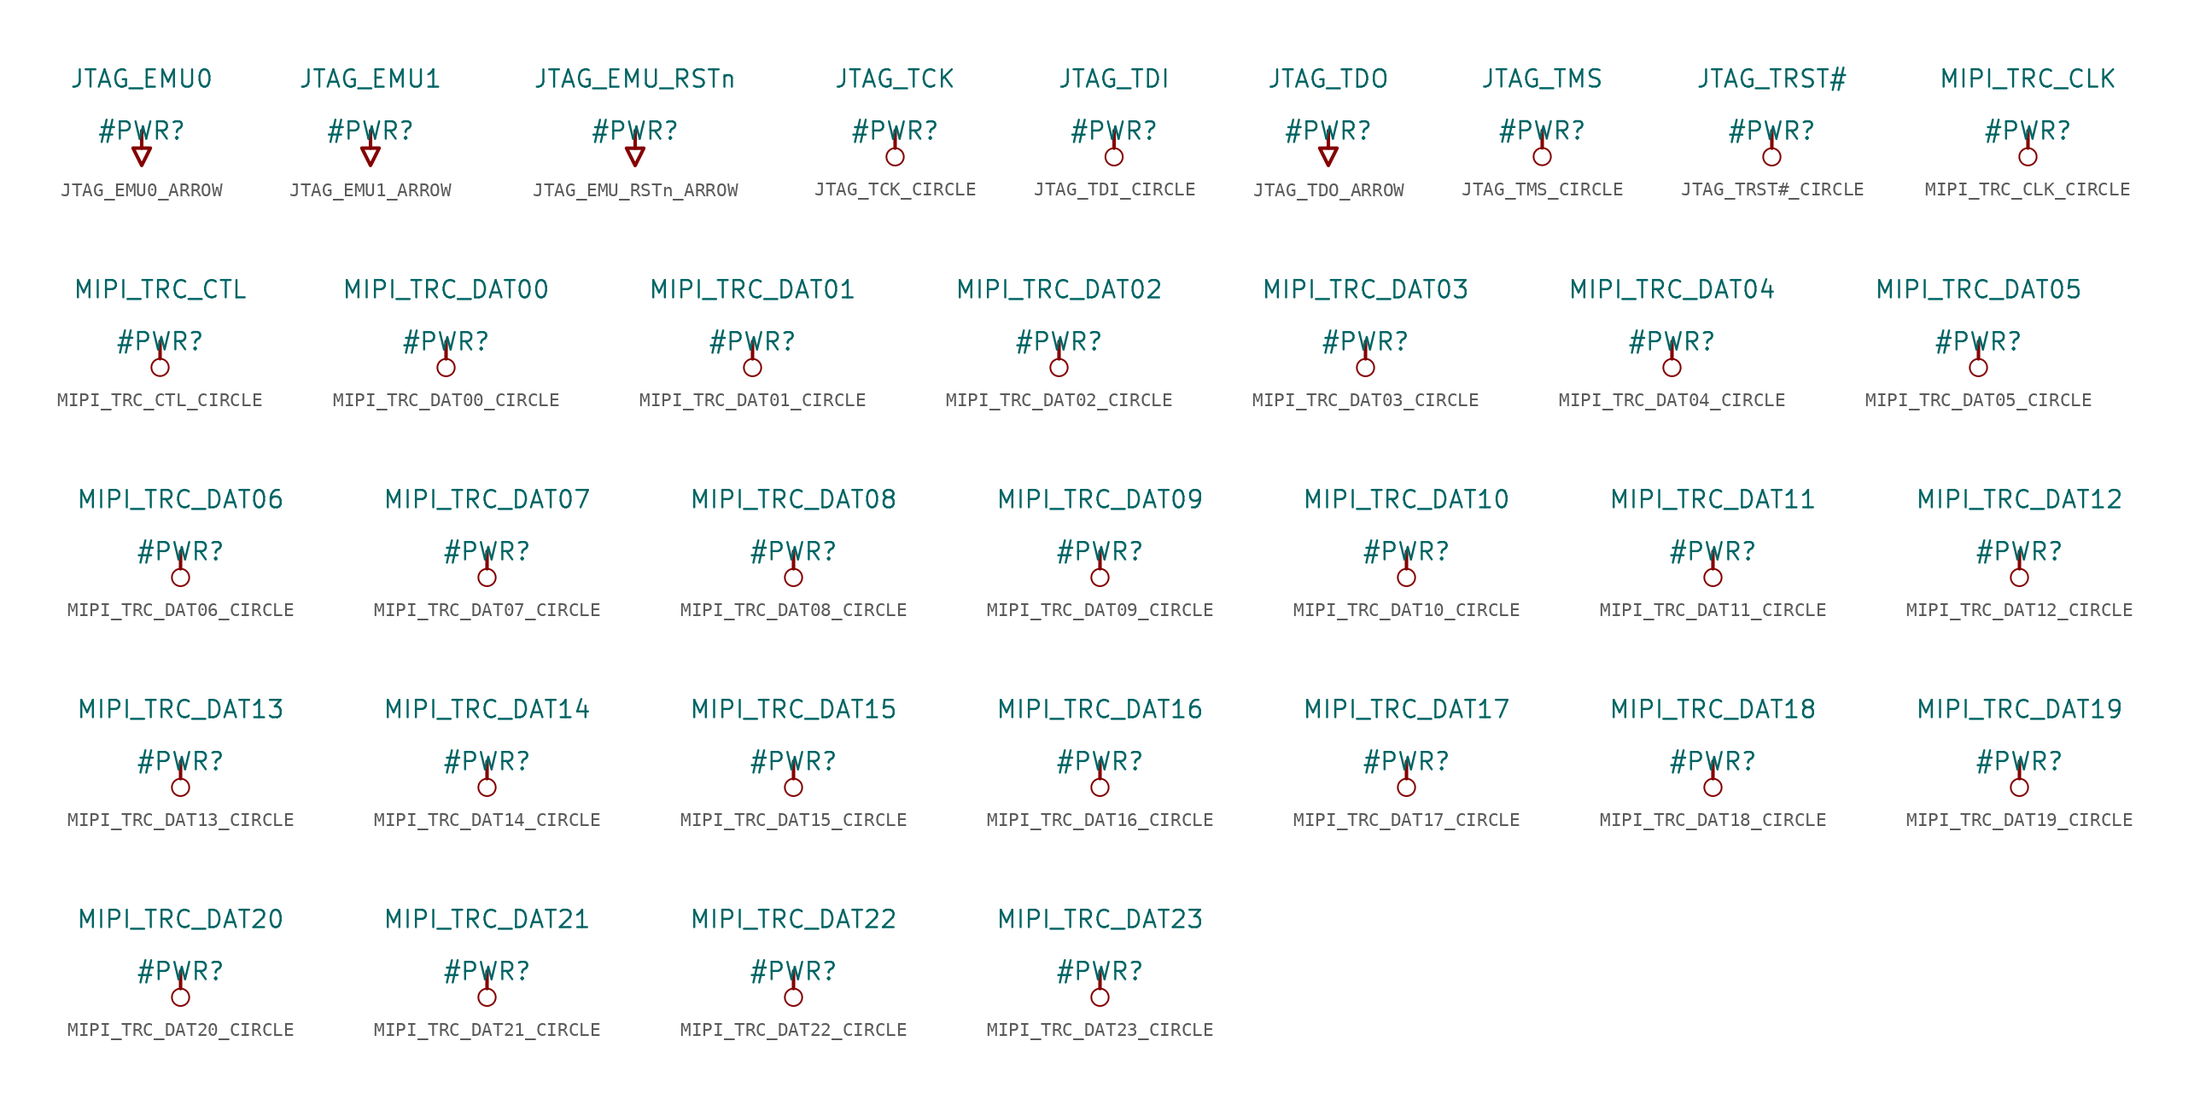
<source format=kicad_sym>
(kicad_symbol_lib
  (version 20231120)
  (generator "kicad_symbol_editor")
  (generator_version "8.0")
  (symbol "JTAG_EMU0_ARROW"
    (power)
    (property "Reference" "#PWR"
      (at 0 0 0)
      (effects (font (size 1.27 1.27))))
    (property "Value" "JTAG_EMU0"
      (at 0 3.81 0)
      (effects (font (size 1.27 1.27))))
    (symbol "JTAG_EMU0_ARROW_0_0"
      (polyline (pts (xy 0 0) (xy 0 -1.27)) (stroke (width 0.254) (type solid)) (fill (type none)))
      (polyline (pts (xy -0.635 -1.27) (xy 0.635 -1.27) (xy 0 -2.54) (xy -0.635 -1.27)) (stroke (width 0.254) (type solid)) (fill (type none)))
      (pin power_in line (at 0 0 0) (length 0) hide (name "JTAG_EMU0" (effects (font (size 1.27 1.27)))) (number "" (effects (font (size 1.27 1.27)))))))
  (symbol "JTAG_EMU1_ARROW"
    (power)
    (property "Reference" "#PWR"
      (at 0 0 0)
      (effects (font (size 1.27 1.27))))
    (property "Value" "JTAG_EMU1"
      (at 0 3.81 0)
      (effects (font (size 1.27 1.27))))
    (symbol "JTAG_EMU1_ARROW_0_0"
      (polyline (pts (xy 0 0) (xy 0 -1.27)) (stroke (width 0.254) (type solid)) (fill (type none)))
      (polyline (pts (xy -0.635 -1.27) (xy 0.635 -1.27) (xy 0 -2.54) (xy -0.635 -1.27)) (stroke (width 0.254) (type solid)) (fill (type none)))
      (pin power_in line (at 0 0 0) (length 0) hide (name "JTAG_EMU1" (effects (font (size 1.27 1.27)))) (number "" (effects (font (size 1.27 1.27)))))))
  (symbol "JTAG_EMU_RSTn_ARROW"
    (power)
    (property "Reference" "#PWR"
      (at 0 0 0)
      (effects (font (size 1.27 1.27))))
    (property "Value" "JTAG_EMU_RSTn"
      (at 0 3.81 0)
      (effects (font (size 1.27 1.27))))
    (symbol "JTAG_EMU_RSTn_ARROW_0_0"
      (polyline (pts (xy 0 0) (xy 0 -1.27)) (stroke (width 0.254) (type solid)) (fill (type none)))
      (polyline (pts (xy -0.635 -1.27) (xy 0.635 -1.27) (xy 0 -2.54) (xy -0.635 -1.27)) (stroke (width 0.254) (type solid)) (fill (type none)))
      (pin power_in line (at 0 0 0) (length 0) hide (name "JTAG_EMU_RSTn" (effects (font (size 1.27 1.27)))) (number "" (effects (font (size 1.27 1.27)))))))
  (symbol "JTAG_TCK_CIRCLE"
    (power)
    (property "Reference" "#PWR"
      (at 0 0 0)
      (effects (font (size 1.27 1.27))))
    (property "Value" "JTAG_TCK"
      (at 0 3.81 0)
      (effects (font (size 1.27 1.27))))
    (symbol "JTAG_TCK_CIRCLE_0_0"
      (circle (center 0 -1.905) (radius 0.635) (stroke (width 0.127) (type solid)) (fill (type none)))
      (polyline (pts (xy 0 0) (xy 0 -1.27)) (stroke (width 0.254) (type solid)) (fill (type none)))
      (pin power_in line (at 0 0 0) (length 0) hide (name "JTAG_TCK" (effects (font (size 1.27 1.27)))) (number "" (effects (font (size 1.27 1.27)))))))
  (symbol "JTAG_TDI_CIRCLE"
    (power)
    (property "Reference" "#PWR"
      (at 0 0 0)
      (effects (font (size 1.27 1.27))))
    (property "Value" "JTAG_TDI"
      (at 0 3.81 0)
      (effects (font (size 1.27 1.27))))
    (symbol "JTAG_TDI_CIRCLE_0_0"
      (circle (center 0 -1.905) (radius 0.635) (stroke (width 0.127) (type solid)) (fill (type none)))
      (polyline (pts (xy 0 0) (xy 0 -1.27)) (stroke (width 0.254) (type solid)) (fill (type none)))
      (pin power_in line (at 0 0 0) (length 0) hide (name "JTAG_TDI" (effects (font (size 1.27 1.27)))) (number "" (effects (font (size 1.27 1.27)))))))
  (symbol "JTAG_TDO_ARROW"
    (power)
    (property "Reference" "#PWR"
      (at 0 0 0)
      (effects (font (size 1.27 1.27))))
    (property "Value" "JTAG_TDO"
      (at 0 3.81 0)
      (effects (font (size 1.27 1.27))))
    (symbol "JTAG_TDO_ARROW_0_0"
      (polyline (pts (xy 0 0) (xy 0 -1.27)) (stroke (width 0.254) (type solid)) (fill (type none)))
      (polyline (pts (xy -0.635 -1.27) (xy 0.635 -1.27) (xy 0 -2.54) (xy -0.635 -1.27)) (stroke (width 0.254) (type solid)) (fill (type none)))
      (pin power_in line (at 0 0 0) (length 0) hide (name "JTAG_TDO" (effects (font (size 1.27 1.27)))) (number "" (effects (font (size 1.27 1.27)))))))
  (symbol "JTAG_TMS_CIRCLE"
    (power)
    (property "Reference" "#PWR"
      (at 0 0 0)
      (effects (font (size 1.27 1.27))))
    (property "Value" "JTAG_TMS"
      (at 0 3.81 0)
      (effects (font (size 1.27 1.27))))
    (symbol "JTAG_TMS_CIRCLE_0_0"
      (circle (center 0 -1.905) (radius 0.635) (stroke (width 0.127) (type solid)) (fill (type none)))
      (polyline (pts (xy 0 0) (xy 0 -1.27)) (stroke (width 0.254) (type solid)) (fill (type none)))
      (pin power_in line (at 0 0 0) (length 0) hide (name "JTAG_TMS" (effects (font (size 1.27 1.27)))) (number "" (effects (font (size 1.27 1.27)))))))
  (symbol "JTAG_TRST#_CIRCLE"
    (power)
    (property "Reference" "#PWR"
      (at 0 0 0)
      (effects (font (size 1.27 1.27))))
    (property "Value" "JTAG_TRST#"
      (at 0 3.81 0)
      (effects (font (size 1.27 1.27))))
    (symbol "JTAG_TRST#_CIRCLE_0_0"
      (circle (center 0 -1.905) (radius 0.635) (stroke (width 0.127) (type solid)) (fill (type none)))
      (polyline (pts (xy 0 0) (xy 0 -1.27)) (stroke (width 0.254) (type solid)) (fill (type none)))
      (pin power_in line (at 0 0 0) (length 0) hide (name "JTAG_TRST#" (effects (font (size 1.27 1.27)))) (number "" (effects (font (size 1.27 1.27)))))))
  (symbol "MIPI_TRC_CLK_CIRCLE"
    (power)
    (property "Reference" "#PWR"
      (at 0 0 0)
      (effects (font (size 1.27 1.27))))
    (property "Value" "MIPI_TRC_CLK"
      (at 0 3.81 0)
      (effects (font (size 1.27 1.27))))
    (symbol "MIPI_TRC_CLK_CIRCLE_0_0"
      (circle (center 0 -1.905) (radius 0.635) (stroke (width 0.127) (type solid)) (fill (type none)))
      (polyline (pts (xy 0 0) (xy 0 -1.27)) (stroke (width 0.254) (type solid)) (fill (type none)))
      (pin power_in line (at 0 0 0) (length 0) hide (name "MIPI_TRC_CLK" (effects (font (size 1.27 1.27)))) (number "" (effects (font (size 1.27 1.27)))))))
  (symbol "MIPI_TRC_CTL_CIRCLE"
    (power)
    (property "Reference" "#PWR"
      (at 0 0 0)
      (effects (font (size 1.27 1.27))))
    (property "Value" "MIPI_TRC_CTL"
      (at 0 3.81 0)
      (effects (font (size 1.27 1.27))))
    (symbol "MIPI_TRC_CTL_CIRCLE_0_0"
      (circle (center 0 -1.905) (radius 0.635) (stroke (width 0.127) (type solid)) (fill (type none)))
      (polyline (pts (xy 0 0) (xy 0 -1.27)) (stroke (width 0.254) (type solid)) (fill (type none)))
      (pin power_in line (at 0 0 0) (length 0) hide (name "MIPI_TRC_CTL" (effects (font (size 1.27 1.27)))) (number "" (effects (font (size 1.27 1.27)))))))
  (symbol "MIPI_TRC_DAT00_CIRCLE"
    (power)
    (property "Reference" "#PWR"
      (at 0 0 0)
      (effects (font (size 1.27 1.27))))
    (property "Value" "MIPI_TRC_DAT00"
      (at 0 3.81 0)
      (effects (font (size 1.27 1.27))))
    (symbol "MIPI_TRC_DAT00_CIRCLE_0_0"
      (circle (center 0 -1.905) (radius 0.635) (stroke (width 0.127) (type solid)) (fill (type none)))
      (polyline (pts (xy 0 0) (xy 0 -1.27)) (stroke (width 0.254) (type solid)) (fill (type none)))
      (pin power_in line (at 0 0 0) (length 0) hide (name "MIPI_TRC_DAT00" (effects (font (size 1.27 1.27)))) (number "" (effects (font (size 1.27 1.27)))))))
  (symbol "MIPI_TRC_DAT01_CIRCLE"
    (power)
    (property "Reference" "#PWR"
      (at 0 0 0)
      (effects (font (size 1.27 1.27))))
    (property "Value" "MIPI_TRC_DAT01"
      (at 0 3.81 0)
      (effects (font (size 1.27 1.27))))
    (symbol "MIPI_TRC_DAT01_CIRCLE_0_0"
      (circle (center 0 -1.905) (radius 0.635) (stroke (width 0.127) (type solid)) (fill (type none)))
      (polyline (pts (xy 0 0) (xy 0 -1.27)) (stroke (width 0.254) (type solid)) (fill (type none)))
      (pin power_in line (at 0 0 0) (length 0) hide (name "MIPI_TRC_DAT01" (effects (font (size 1.27 1.27)))) (number "" (effects (font (size 1.27 1.27)))))))
  (symbol "MIPI_TRC_DAT02_CIRCLE"
    (power)
    (property "Reference" "#PWR"
      (at 0 0 0)
      (effects (font (size 1.27 1.27))))
    (property "Value" "MIPI_TRC_DAT02"
      (at 0 3.81 0)
      (effects (font (size 1.27 1.27))))
    (symbol "MIPI_TRC_DAT02_CIRCLE_0_0"
      (circle (center 0 -1.905) (radius 0.635) (stroke (width 0.127) (type solid)) (fill (type none)))
      (polyline (pts (xy 0 0) (xy 0 -1.27)) (stroke (width 0.254) (type solid)) (fill (type none)))
      (pin power_in line (at 0 0 0) (length 0) hide (name "MIPI_TRC_DAT02" (effects (font (size 1.27 1.27)))) (number "" (effects (font (size 1.27 1.27)))))))
  (symbol "MIPI_TRC_DAT03_CIRCLE"
    (power)
    (property "Reference" "#PWR"
      (at 0 0 0)
      (effects (font (size 1.27 1.27))))
    (property "Value" "MIPI_TRC_DAT03"
      (at 0 3.81 0)
      (effects (font (size 1.27 1.27))))
    (symbol "MIPI_TRC_DAT03_CIRCLE_0_0"
      (circle (center 0 -1.905) (radius 0.635) (stroke (width 0.127) (type solid)) (fill (type none)))
      (polyline (pts (xy 0 0) (xy 0 -1.27)) (stroke (width 0.254) (type solid)) (fill (type none)))
      (pin power_in line (at 0 0 0) (length 0) hide (name "MIPI_TRC_DAT03" (effects (font (size 1.27 1.27)))) (number "" (effects (font (size 1.27 1.27)))))))
  (symbol "MIPI_TRC_DAT04_CIRCLE"
    (power)
    (property "Reference" "#PWR"
      (at 0 0 0)
      (effects (font (size 1.27 1.27))))
    (property "Value" "MIPI_TRC_DAT04"
      (at 0 3.81 0)
      (effects (font (size 1.27 1.27))))
    (symbol "MIPI_TRC_DAT04_CIRCLE_0_0"
      (circle (center 0 -1.905) (radius 0.635) (stroke (width 0.127) (type solid)) (fill (type none)))
      (polyline (pts (xy 0 0) (xy 0 -1.27)) (stroke (width 0.254) (type solid)) (fill (type none)))
      (pin power_in line (at 0 0 0) (length 0) hide (name "MIPI_TRC_DAT04" (effects (font (size 1.27 1.27)))) (number "" (effects (font (size 1.27 1.27)))))))
  (symbol "MIPI_TRC_DAT05_CIRCLE"
    (power)
    (property "Reference" "#PWR"
      (at 0 0 0)
      (effects (font (size 1.27 1.27))))
    (property "Value" "MIPI_TRC_DAT05"
      (at 0 3.81 0)
      (effects (font (size 1.27 1.27))))
    (symbol "MIPI_TRC_DAT05_CIRCLE_0_0"
      (circle (center 0 -1.905) (radius 0.635) (stroke (width 0.127) (type solid)) (fill (type none)))
      (polyline (pts (xy 0 0) (xy 0 -1.27)) (stroke (width 0.254) (type solid)) (fill (type none)))
      (pin power_in line (at 0 0 0) (length 0) hide (name "MIPI_TRC_DAT05" (effects (font (size 1.27 1.27)))) (number "" (effects (font (size 1.27 1.27)))))))
  (symbol "MIPI_TRC_DAT06_CIRCLE"
    (power)
    (property "Reference" "#PWR"
      (at 0 0 0)
      (effects (font (size 1.27 1.27))))
    (property "Value" "MIPI_TRC_DAT06"
      (at 0 3.81 0)
      (effects (font (size 1.27 1.27))))
    (symbol "MIPI_TRC_DAT06_CIRCLE_0_0"
      (circle (center 0 -1.905) (radius 0.635) (stroke (width 0.127) (type solid)) (fill (type none)))
      (polyline (pts (xy 0 0) (xy 0 -1.27)) (stroke (width 0.254) (type solid)) (fill (type none)))
      (pin power_in line (at 0 0 0) (length 0) hide (name "MIPI_TRC_DAT06" (effects (font (size 1.27 1.27)))) (number "" (effects (font (size 1.27 1.27)))))))
  (symbol "MIPI_TRC_DAT07_CIRCLE"
    (power)
    (property "Reference" "#PWR"
      (at 0 0 0)
      (effects (font (size 1.27 1.27))))
    (property "Value" "MIPI_TRC_DAT07"
      (at 0 3.81 0)
      (effects (font (size 1.27 1.27))))
    (symbol "MIPI_TRC_DAT07_CIRCLE_0_0"
      (circle (center 0 -1.905) (radius 0.635) (stroke (width 0.127) (type solid)) (fill (type none)))
      (polyline (pts (xy 0 0) (xy 0 -1.27)) (stroke (width 0.254) (type solid)) (fill (type none)))
      (pin power_in line (at 0 0 0) (length 0) hide (name "MIPI_TRC_DAT07" (effects (font (size 1.27 1.27)))) (number "" (effects (font (size 1.27 1.27)))))))
  (symbol "MIPI_TRC_DAT08_CIRCLE"
    (power)
    (property "Reference" "#PWR"
      (at 0 0 0)
      (effects (font (size 1.27 1.27))))
    (property "Value" "MIPI_TRC_DAT08"
      (at 0 3.81 0)
      (effects (font (size 1.27 1.27))))
    (symbol "MIPI_TRC_DAT08_CIRCLE_0_0"
      (circle (center 0 -1.905) (radius 0.635) (stroke (width 0.127) (type solid)) (fill (type none)))
      (polyline (pts (xy 0 0) (xy 0 -1.27)) (stroke (width 0.254) (type solid)) (fill (type none)))
      (pin power_in line (at 0 0 0) (length 0) hide (name "MIPI_TRC_DAT08" (effects (font (size 1.27 1.27)))) (number "" (effects (font (size 1.27 1.27)))))))
  (symbol "MIPI_TRC_DAT09_CIRCLE"
    (power)
    (property "Reference" "#PWR"
      (at 0 0 0)
      (effects (font (size 1.27 1.27))))
    (property "Value" "MIPI_TRC_DAT09"
      (at 0 3.81 0)
      (effects (font (size 1.27 1.27))))
    (symbol "MIPI_TRC_DAT09_CIRCLE_0_0"
      (circle (center 0 -1.905) (radius 0.635) (stroke (width 0.127) (type solid)) (fill (type none)))
      (polyline (pts (xy 0 0) (xy 0 -1.27)) (stroke (width 0.254) (type solid)) (fill (type none)))
      (pin power_in line (at 0 0 0) (length 0) hide (name "MIPI_TRC_DAT09" (effects (font (size 1.27 1.27)))) (number "" (effects (font (size 1.27 1.27)))))))
  (symbol "MIPI_TRC_DAT10_CIRCLE"
    (power)
    (property "Reference" "#PWR"
      (at 0 0 0)
      (effects (font (size 1.27 1.27))))
    (property "Value" "MIPI_TRC_DAT10"
      (at 0 3.81 0)
      (effects (font (size 1.27 1.27))))
    (symbol "MIPI_TRC_DAT10_CIRCLE_0_0"
      (circle (center 0 -1.905) (radius 0.635) (stroke (width 0.127) (type solid)) (fill (type none)))
      (polyline (pts (xy 0 0) (xy 0 -1.27)) (stroke (width 0.254) (type solid)) (fill (type none)))
      (pin power_in line (at 0 0 0) (length 0) hide (name "MIPI_TRC_DAT10" (effects (font (size 1.27 1.27)))) (number "" (effects (font (size 1.27 1.27)))))))
  (symbol "MIPI_TRC_DAT11_CIRCLE"
    (power)
    (property "Reference" "#PWR"
      (at 0 0 0)
      (effects (font (size 1.27 1.27))))
    (property "Value" "MIPI_TRC_DAT11"
      (at 0 3.81 0)
      (effects (font (size 1.27 1.27))))
    (symbol "MIPI_TRC_DAT11_CIRCLE_0_0"
      (circle (center 0 -1.905) (radius 0.635) (stroke (width 0.127) (type solid)) (fill (type none)))
      (polyline (pts (xy 0 0) (xy 0 -1.27)) (stroke (width 0.254) (type solid)) (fill (type none)))
      (pin power_in line (at 0 0 0) (length 0) hide (name "MIPI_TRC_DAT11" (effects (font (size 1.27 1.27)))) (number "" (effects (font (size 1.27 1.27)))))))
  (symbol "MIPI_TRC_DAT12_CIRCLE"
    (power)
    (property "Reference" "#PWR"
      (at 0 0 0)
      (effects (font (size 1.27 1.27))))
    (property "Value" "MIPI_TRC_DAT12"
      (at 0 3.81 0)
      (effects (font (size 1.27 1.27))))
    (symbol "MIPI_TRC_DAT12_CIRCLE_0_0"
      (circle (center 0 -1.905) (radius 0.635) (stroke (width 0.127) (type solid)) (fill (type none)))
      (polyline (pts (xy 0 0) (xy 0 -1.27)) (stroke (width 0.254) (type solid)) (fill (type none)))
      (pin power_in line (at 0 0 0) (length 0) hide (name "MIPI_TRC_DAT12" (effects (font (size 1.27 1.27)))) (number "" (effects (font (size 1.27 1.27)))))))
  (symbol "MIPI_TRC_DAT13_CIRCLE"
    (power)
    (property "Reference" "#PWR"
      (at 0 0 0)
      (effects (font (size 1.27 1.27))))
    (property "Value" "MIPI_TRC_DAT13"
      (at 0 3.81 0)
      (effects (font (size 1.27 1.27))))
    (symbol "MIPI_TRC_DAT13_CIRCLE_0_0"
      (circle (center 0 -1.905) (radius 0.635) (stroke (width 0.127) (type solid)) (fill (type none)))
      (polyline (pts (xy 0 0) (xy 0 -1.27)) (stroke (width 0.254) (type solid)) (fill (type none)))
      (pin power_in line (at 0 0 0) (length 0) hide (name "MIPI_TRC_DAT13" (effects (font (size 1.27 1.27)))) (number "" (effects (font (size 1.27 1.27)))))))
  (symbol "MIPI_TRC_DAT14_CIRCLE"
    (power)
    (property "Reference" "#PWR"
      (at 0 0 0)
      (effects (font (size 1.27 1.27))))
    (property "Value" "MIPI_TRC_DAT14"
      (at 0 3.81 0)
      (effects (font (size 1.27 1.27))))
    (symbol "MIPI_TRC_DAT14_CIRCLE_0_0"
      (circle (center 0 -1.905) (radius 0.635) (stroke (width 0.127) (type solid)) (fill (type none)))
      (polyline (pts (xy 0 0) (xy 0 -1.27)) (stroke (width 0.254) (type solid)) (fill (type none)))
      (pin power_in line (at 0 0 0) (length 0) hide (name "MIPI_TRC_DAT14" (effects (font (size 1.27 1.27)))) (number "" (effects (font (size 1.27 1.27)))))))
  (symbol "MIPI_TRC_DAT15_CIRCLE"
    (power)
    (property "Reference" "#PWR"
      (at 0 0 0)
      (effects (font (size 1.27 1.27))))
    (property "Value" "MIPI_TRC_DAT15"
      (at 0 3.81 0)
      (effects (font (size 1.27 1.27))))
    (symbol "MIPI_TRC_DAT15_CIRCLE_0_0"
      (circle (center 0 -1.905) (radius 0.635) (stroke (width 0.127) (type solid)) (fill (type none)))
      (polyline (pts (xy 0 0) (xy 0 -1.27)) (stroke (width 0.254) (type solid)) (fill (type none)))
      (pin power_in line (at 0 0 0) (length 0) hide (name "MIPI_TRC_DAT15" (effects (font (size 1.27 1.27)))) (number "" (effects (font (size 1.27 1.27)))))))
  (symbol "MIPI_TRC_DAT16_CIRCLE"
    (power)
    (property "Reference" "#PWR"
      (at 0 0 0)
      (effects (font (size 1.27 1.27))))
    (property "Value" "MIPI_TRC_DAT16"
      (at 0 3.81 0)
      (effects (font (size 1.27 1.27))))
    (symbol "MIPI_TRC_DAT16_CIRCLE_0_0"
      (circle (center 0 -1.905) (radius 0.635) (stroke (width 0.127) (type solid)) (fill (type none)))
      (polyline (pts (xy 0 0) (xy 0 -1.27)) (stroke (width 0.254) (type solid)) (fill (type none)))
      (pin power_in line (at 0 0 0) (length 0) hide (name "MIPI_TRC_DAT16" (effects (font (size 1.27 1.27)))) (number "" (effects (font (size 1.27 1.27)))))))
  (symbol "MIPI_TRC_DAT17_CIRCLE"
    (power)
    (property "Reference" "#PWR"
      (at 0 0 0)
      (effects (font (size 1.27 1.27))))
    (property "Value" "MIPI_TRC_DAT17"
      (at 0 3.81 0)
      (effects (font (size 1.27 1.27))))
    (symbol "MIPI_TRC_DAT17_CIRCLE_0_0"
      (circle (center 0 -1.905) (radius 0.635) (stroke (width 0.127) (type solid)) (fill (type none)))
      (polyline (pts (xy 0 0) (xy 0 -1.27)) (stroke (width 0.254) (type solid)) (fill (type none)))
      (pin power_in line (at 0 0 0) (length 0) hide (name "MIPI_TRC_DAT17" (effects (font (size 1.27 1.27)))) (number "" (effects (font (size 1.27 1.27)))))))
  (symbol "MIPI_TRC_DAT18_CIRCLE"
    (power)
    (property "Reference" "#PWR"
      (at 0 0 0)
      (effects (font (size 1.27 1.27))))
    (property "Value" "MIPI_TRC_DAT18"
      (at 0 3.81 0)
      (effects (font (size 1.27 1.27))))
    (symbol "MIPI_TRC_DAT18_CIRCLE_0_0"
      (circle (center 0 -1.905) (radius 0.635) (stroke (width 0.127) (type solid)) (fill (type none)))
      (polyline (pts (xy 0 0) (xy 0 -1.27)) (stroke (width 0.254) (type solid)) (fill (type none)))
      (pin power_in line (at 0 0 0) (length 0) hide (name "MIPI_TRC_DAT18" (effects (font (size 1.27 1.27)))) (number "" (effects (font (size 1.27 1.27)))))))
  (symbol "MIPI_TRC_DAT19_CIRCLE"
    (power)
    (property "Reference" "#PWR"
      (at 0 0 0)
      (effects (font (size 1.27 1.27))))
    (property "Value" "MIPI_TRC_DAT19"
      (at 0 3.81 0)
      (effects (font (size 1.27 1.27))))
    (symbol "MIPI_TRC_DAT19_CIRCLE_0_0"
      (circle (center 0 -1.905) (radius 0.635) (stroke (width 0.127) (type solid)) (fill (type none)))
      (polyline (pts (xy 0 0) (xy 0 -1.27)) (stroke (width 0.254) (type solid)) (fill (type none)))
      (pin power_in line (at 0 0 0) (length 0) hide (name "MIPI_TRC_DAT19" (effects (font (size 1.27 1.27)))) (number "" (effects (font (size 1.27 1.27)))))))
  (symbol "MIPI_TRC_DAT20_CIRCLE"
    (power)
    (property "Reference" "#PWR"
      (at 0 0 0)
      (effects (font (size 1.27 1.27))))
    (property "Value" "MIPI_TRC_DAT20"
      (at 0 3.81 0)
      (effects (font (size 1.27 1.27))))
    (symbol "MIPI_TRC_DAT20_CIRCLE_0_0"
      (circle (center 0 -1.905) (radius 0.635) (stroke (width 0.127) (type solid)) (fill (type none)))
      (polyline (pts (xy 0 0) (xy 0 -1.27)) (stroke (width 0.254) (type solid)) (fill (type none)))
      (pin power_in line (at 0 0 0) (length 0) hide (name "MIPI_TRC_DAT20" (effects (font (size 1.27 1.27)))) (number "" (effects (font (size 1.27 1.27)))))))
  (symbol "MIPI_TRC_DAT21_CIRCLE"
    (power)
    (property "Reference" "#PWR"
      (at 0 0 0)
      (effects (font (size 1.27 1.27))))
    (property "Value" "MIPI_TRC_DAT21"
      (at 0 3.81 0)
      (effects (font (size 1.27 1.27))))
    (symbol "MIPI_TRC_DAT21_CIRCLE_0_0"
      (circle (center 0 -1.905) (radius 0.635) (stroke (width 0.127) (type solid)) (fill (type none)))
      (polyline (pts (xy 0 0) (xy 0 -1.27)) (stroke (width 0.254) (type solid)) (fill (type none)))
      (pin power_in line (at 0 0 0) (length 0) hide (name "MIPI_TRC_DAT21" (effects (font (size 1.27 1.27)))) (number "" (effects (font (size 1.27 1.27)))))))
  (symbol "MIPI_TRC_DAT22_CIRCLE"
    (power)
    (property "Reference" "#PWR"
      (at 0 0 0)
      (effects (font (size 1.27 1.27))))
    (property "Value" "MIPI_TRC_DAT22"
      (at 0 3.81 0)
      (effects (font (size 1.27 1.27))))
    (symbol "MIPI_TRC_DAT22_CIRCLE_0_0"
      (circle (center 0 -1.905) (radius 0.635) (stroke (width 0.127) (type solid)) (fill (type none)))
      (polyline (pts (xy 0 0) (xy 0 -1.27)) (stroke (width 0.254) (type solid)) (fill (type none)))
      (pin power_in line (at 0 0 0) (length 0) hide (name "MIPI_TRC_DAT22" (effects (font (size 1.27 1.27)))) (number "" (effects (font (size 1.27 1.27)))))))
  (symbol "MIPI_TRC_DAT23_CIRCLE"
    (power)
    (property "Reference" "#PWR"
      (at 0 0 0)
      (effects (font (size 1.27 1.27))))
    (property "Value" "MIPI_TRC_DAT23"
      (at 0 3.81 0)
      (effects (font (size 1.27 1.27))))
    (symbol "MIPI_TRC_DAT23_CIRCLE_0_0"
      (circle (center 0 -1.905) (radius 0.635) (stroke (width 0.127) (type solid)) (fill (type none)))
      (polyline (pts (xy 0 0) (xy 0 -1.27)) (stroke (width 0.254) (type solid)) (fill (type none)))
      (pin power_in line (at 0 0 0) (length 0) hide (name "MIPI_TRC_DAT23" (effects (font (size 1.27 1.27)))) (number "" (effects (font (size 1.27 1.27))))))))
</source>
